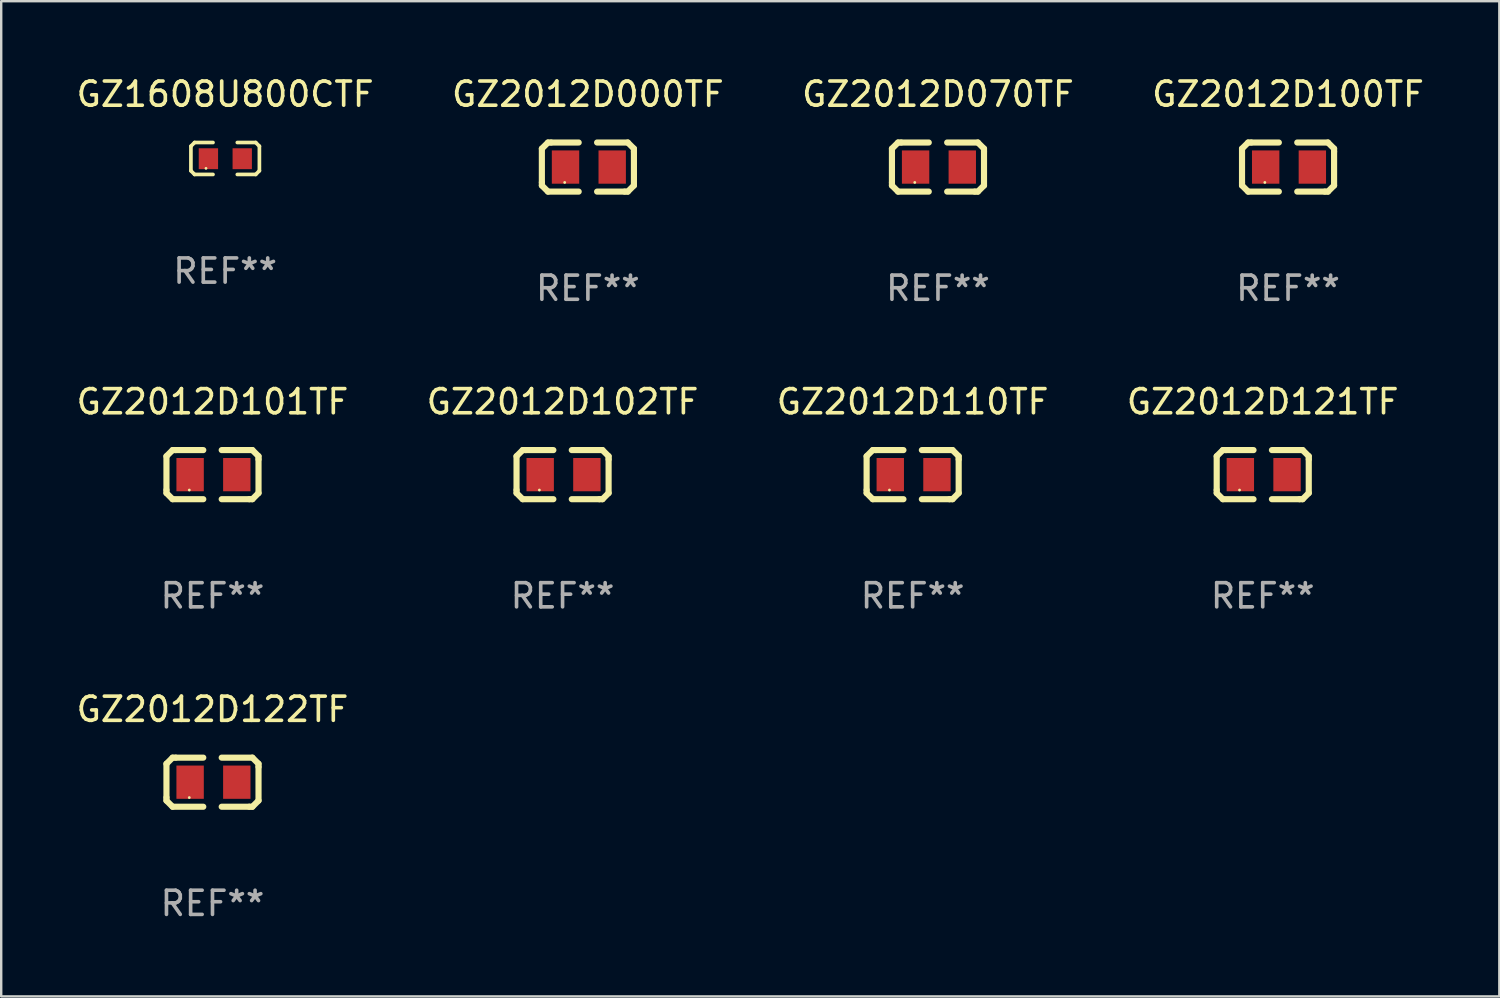
<source format=kicad_pcb>
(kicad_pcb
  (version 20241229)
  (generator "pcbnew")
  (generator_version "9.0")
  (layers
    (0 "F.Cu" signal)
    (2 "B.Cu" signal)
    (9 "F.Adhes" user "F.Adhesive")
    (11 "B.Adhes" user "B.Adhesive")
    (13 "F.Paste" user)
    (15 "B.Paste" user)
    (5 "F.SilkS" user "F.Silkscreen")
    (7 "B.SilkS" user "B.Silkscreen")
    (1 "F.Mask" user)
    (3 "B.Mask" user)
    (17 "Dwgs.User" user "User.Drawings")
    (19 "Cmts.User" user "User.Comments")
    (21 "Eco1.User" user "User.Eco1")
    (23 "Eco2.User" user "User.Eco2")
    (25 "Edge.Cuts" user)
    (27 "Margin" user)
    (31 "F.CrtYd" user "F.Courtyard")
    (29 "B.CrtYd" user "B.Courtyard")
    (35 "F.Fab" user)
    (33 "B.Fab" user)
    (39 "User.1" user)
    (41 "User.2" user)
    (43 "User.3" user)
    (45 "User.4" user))
  (footprint "GZ2012D000TF"
    (layer "F.Cu")
    (at 21.28 3.864)
    (property "Reference" "GZ2012D000TF" (at 0 -3.016 0) (layer "F.SilkS") (effects (font (size 1 1) (thickness 0.15))))
    (attr through_hole)
    (fp_line (start -1.905 -0.762) (end -1.905 0.635) (stroke (width 0.254) (type solid)) (layer "F.SilkS"))
    (fp_line (start -1.905 0.635) (end -1.905 0.762) (stroke (width 0.254) (type solid)) (layer "F.SilkS"))
    (fp_line (start -1.905 0.762) (end -1.651 1.016) (stroke (width 0.254) (type solid)) (layer "F.SilkS"))
    (fp_line (start -1.651 -1.016) (end -1.905 -0.762) (stroke (width 0.254) (type solid)) (layer "F.SilkS"))
    (fp_line (start -1.651 1.016) (end -0.381 1.016) (stroke (width 0.254) (type solid)) (layer "F.SilkS"))
    (fp_line (start -1.524 -1.016) (end -1.651 -1.016) (stroke (width 0.254) (type solid)) (layer "F.SilkS"))
    (fp_line (start -0.381 -1.016) (end -1.524 -1.016) (stroke (width 0.254) (type solid)) (layer "F.SilkS"))
    (fp_line (start 0.381 1.016) (end 1.524 1.016) (stroke (width 0.254) (type solid)) (layer "F.SilkS"))
    (fp_line (start 1.524 1.016) (end 1.651 1.016) (stroke (width 0.254) (type solid)) (layer "F.SilkS"))
    (fp_line (start 1.651 -1.016) (end 0.381 -1.016) (stroke (width 0.254) (type solid)) (layer "F.SilkS"))
    (fp_line (start 1.651 1.016) (end 1.905 0.762) (stroke (width 0.254) (type solid)) (layer "F.SilkS"))
    (fp_line (start 1.905 -0.762) (end 1.651 -1.016) (stroke (width 0.254) (type solid)) (layer "F.SilkS"))
    (fp_line (start 1.905 -0.635) (end 1.905 -0.762) (stroke (width 0.254) (type solid)) (layer "F.SilkS"))
    (fp_line (start 1.905 0.762) (end 1.905 -0.635) (stroke (width 0.254) (type solid)) (layer "F.SilkS"))
    (fp_circle (center -0.96 0.637) (end -0.93 0.637) (stroke (width 0.06) (type solid)) (fill no) (layer "F.SilkS"))
    (fp_text user "REF**" (at 0 5.016 0) (layer "F.Fab") (effects (font (size 1 1) (thickness 0.15))))
    (pad "1" smd rect (at -0.926 -0.000051) (size 1.133 1.377) (layers "F.Cu" "F.Mask" "F.Paste"))
    (pad "2" smd rect (at 1.006 -0.000051) (size 1.133 1.377) (layers "F.Cu" "F.Mask" "F.Paste")))
  (footprint "GZ2012D121TF"
    (layer "F.Cu")
    (at 49.208 16.593)
    (property "Reference" "GZ2012D121TF" (at 0 -3.016 0) (layer "F.SilkS") (effects (font (size 1 1) (thickness 0.15))))
    (attr through_hole)
    (fp_line (start -1.905 -0.762) (end -1.905 0.635) (stroke (width 0.254) (type solid)) (layer "F.SilkS"))
    (fp_line (start -1.905 0.635) (end -1.905 0.762) (stroke (width 0.254) (type solid)) (layer "F.SilkS"))
    (fp_line (start -1.905 0.762) (end -1.651 1.016) (stroke (width 0.254) (type solid)) (layer "F.SilkS"))
    (fp_line (start -1.651 -1.016) (end -1.905 -0.762) (stroke (width 0.254) (type solid)) (layer "F.SilkS"))
    (fp_line (start -1.651 1.016) (end -0.381 1.016) (stroke (width 0.254) (type solid)) (layer "F.SilkS"))
    (fp_line (start -1.524 -1.016) (end -1.651 -1.016) (stroke (width 0.254) (type solid)) (layer "F.SilkS"))
    (fp_line (start -0.381 -1.016) (end -1.524 -1.016) (stroke (width 0.254) (type solid)) (layer "F.SilkS"))
    (fp_line (start 0.381 1.016) (end 1.524 1.016) (stroke (width 0.254) (type solid)) (layer "F.SilkS"))
    (fp_line (start 1.524 1.016) (end 1.651 1.016) (stroke (width 0.254) (type solid)) (layer "F.SilkS"))
    (fp_line (start 1.651 -1.016) (end 0.381 -1.016) (stroke (width 0.254) (type solid)) (layer "F.SilkS"))
    (fp_line (start 1.651 1.016) (end 1.905 0.762) (stroke (width 0.254) (type solid)) (layer "F.SilkS"))
    (fp_line (start 1.905 -0.762) (end 1.651 -1.016) (stroke (width 0.254) (type solid)) (layer "F.SilkS"))
    (fp_line (start 1.905 -0.635) (end 1.905 -0.762) (stroke (width 0.254) (type solid)) (layer "F.SilkS"))
    (fp_line (start 1.905 0.762) (end 1.905 -0.635) (stroke (width 0.254) (type solid)) (layer "F.SilkS"))
    (fp_circle (center -0.96 0.637) (end -0.93 0.637) (stroke (width 0.06) (type solid)) (fill no) (layer "F.SilkS"))
    (fp_text user "REF**" (at 0 5.016 0) (layer "F.Fab") (effects (font (size 1 1) (thickness 0.15))))
    (pad "1" smd rect (at -0.926 -0.000051) (size 1.133 1.377) (layers "F.Cu" "F.Mask" "F.Paste"))
    (pad "2" smd rect (at 1.006 -0.000051) (size 1.133 1.377) (layers "F.Cu" "F.Mask" "F.Paste")))
  (footprint "GZ2012D070TF"
    (layer "F.Cu")
    (at 35.768 3.864)
    (property "Reference" "GZ2012D070TF" (at 0 -3.016 0) (layer "F.SilkS") (effects (font (size 1 1) (thickness 0.15))))
    (attr through_hole)
    (fp_line (start -1.905 -0.762) (end -1.905 0.635) (stroke (width 0.254) (type solid)) (layer "F.SilkS"))
    (fp_line (start -1.905 0.635) (end -1.905 0.762) (stroke (width 0.254) (type solid)) (layer "F.SilkS"))
    (fp_line (start -1.905 0.762) (end -1.651 1.016) (stroke (width 0.254) (type solid)) (layer "F.SilkS"))
    (fp_line (start -1.651 -1.016) (end -1.905 -0.762) (stroke (width 0.254) (type solid)) (layer "F.SilkS"))
    (fp_line (start -1.651 1.016) (end -0.381 1.016) (stroke (width 0.254) (type solid)) (layer "F.SilkS"))
    (fp_line (start -1.524 -1.016) (end -1.651 -1.016) (stroke (width 0.254) (type solid)) (layer "F.SilkS"))
    (fp_line (start -0.381 -1.016) (end -1.524 -1.016) (stroke (width 0.254) (type solid)) (layer "F.SilkS"))
    (fp_line (start 0.381 1.016) (end 1.524 1.016) (stroke (width 0.254) (type solid)) (layer "F.SilkS"))
    (fp_line (start 1.524 1.016) (end 1.651 1.016) (stroke (width 0.254) (type solid)) (layer "F.SilkS"))
    (fp_line (start 1.651 -1.016) (end 0.381 -1.016) (stroke (width 0.254) (type solid)) (layer "F.SilkS"))
    (fp_line (start 1.651 1.016) (end 1.905 0.762) (stroke (width 0.254) (type solid)) (layer "F.SilkS"))
    (fp_line (start 1.905 -0.762) (end 1.651 -1.016) (stroke (width 0.254) (type solid)) (layer "F.SilkS"))
    (fp_line (start 1.905 -0.635) (end 1.905 -0.762) (stroke (width 0.254) (type solid)) (layer "F.SilkS"))
    (fp_line (start 1.905 0.762) (end 1.905 -0.635) (stroke (width 0.254) (type solid)) (layer "F.SilkS"))
    (fp_circle (center -0.96 0.637) (end -0.93 0.637) (stroke (width 0.06) (type solid)) (fill no) (layer "F.SilkS"))
    (fp_text user "REF**" (at 0 5.016 0) (layer "F.Fab") (effects (font (size 1 1) (thickness 0.15))))
    (pad "1" smd rect (at -0.926 -0.000051) (size 1.133 1.377) (layers "F.Cu" "F.Mask" "F.Paste"))
    (pad "2" smd rect (at 1.006 -0.000051) (size 1.133 1.377) (layers "F.Cu" "F.Mask" "F.Paste")))
  (footprint "GZ1608U800CTF"
    (layer "F.Cu")
    (at 6.268 3.509)
    (property "Reference" "GZ1608U800CTF" (at 0 -2.661 0) (layer "F.SilkS") (effects (font (size 1 1) (thickness 0.15))))
    (attr through_hole)
    (fp_line (start -1.417 -0.508) (end -1.265 -0.661) (stroke (width 0.152) (type solid)) (layer "F.SilkS"))
    (fp_line (start -1.417 0.508) (end -1.417 -0.508) (stroke (width 0.152) (type solid)) (layer "F.SilkS"))
    (fp_line (start -1.265 -0.661) (end -0.503 -0.661) (stroke (width 0.152) (type solid)) (layer "F.SilkS"))
    (fp_line (start -1.265 0.661) (end -1.417 0.508) (stroke (width 0.152) (type solid)) (layer "F.SilkS"))
    (fp_line (start -1.265 0.661) (end -0.503 0.661) (stroke (width 0.152) (type solid)) (layer "F.SilkS"))
    (fp_line (start 1.265 -0.661) (end 0.503 -0.661) (stroke (width 0.152) (type solid)) (layer "F.SilkS"))
    (fp_line (start 1.265 -0.661) (end 1.417 -0.508) (stroke (width 0.152) (type solid)) (layer "F.SilkS"))
    (fp_line (start 1.265 0.661) (end 0.503 0.661) (stroke (width 0.152) (type solid)) (layer "F.SilkS"))
    (fp_line (start 1.417 -0.508) (end 1.417 0.508) (stroke (width 0.152) (type solid)) (layer "F.SilkS"))
    (fp_line (start 1.417 0.508) (end 1.265 0.661) (stroke (width 0.152) (type solid)) (layer "F.SilkS"))
    (fp_circle (center -0.793 0.409) (end -0.763 0.409) (stroke (width 0.06) (type solid)) (fill no) (layer "F.SilkS"))
    (fp_text user "REF**" (at 0 4.661 0) (layer "F.Fab") (effects (font (size 1 1) (thickness 0.15))))
    (pad "1" smd rect (at -0.693 0.009 180) (size 0.8 0.864) (layers "F.Cu" "F.Mask" "F.Paste"))
    (pad "2" smd rect (at 0.707 0.009 180) (size 0.8 0.864) (layers "F.Cu" "F.Mask" "F.Paste")))
  (footprint "GZ2012D102TF"
    (layer "F.Cu")
    (at 20.232 16.593)
    (property "Reference" "GZ2012D102TF" (at 0 -3.016 0) (layer "F.SilkS") (effects (font (size 1 1) (thickness 0.15))))
    (attr through_hole)
    (fp_line (start -1.905 -0.762) (end -1.905 0.635) (stroke (width 0.254) (type solid)) (layer "F.SilkS"))
    (fp_line (start -1.905 0.635) (end -1.905 0.762) (stroke (width 0.254) (type solid)) (layer "F.SilkS"))
    (fp_line (start -1.905 0.762) (end -1.651 1.016) (stroke (width 0.254) (type solid)) (layer "F.SilkS"))
    (fp_line (start -1.651 -1.016) (end -1.905 -0.762) (stroke (width 0.254) (type solid)) (layer "F.SilkS"))
    (fp_line (start -1.651 1.016) (end -0.381 1.016) (stroke (width 0.254) (type solid)) (layer "F.SilkS"))
    (fp_line (start -1.524 -1.016) (end -1.651 -1.016) (stroke (width 0.254) (type solid)) (layer "F.SilkS"))
    (fp_line (start -0.381 -1.016) (end -1.524 -1.016) (stroke (width 0.254) (type solid)) (layer "F.SilkS"))
    (fp_line (start 0.381 1.016) (end 1.524 1.016) (stroke (width 0.254) (type solid)) (layer "F.SilkS"))
    (fp_line (start 1.524 1.016) (end 1.651 1.016) (stroke (width 0.254) (type solid)) (layer "F.SilkS"))
    (fp_line (start 1.651 -1.016) (end 0.381 -1.016) (stroke (width 0.254) (type solid)) (layer "F.SilkS"))
    (fp_line (start 1.651 1.016) (end 1.905 0.762) (stroke (width 0.254) (type solid)) (layer "F.SilkS"))
    (fp_line (start 1.905 -0.762) (end 1.651 -1.016) (stroke (width 0.254) (type solid)) (layer "F.SilkS"))
    (fp_line (start 1.905 -0.635) (end 1.905 -0.762) (stroke (width 0.254) (type solid)) (layer "F.SilkS"))
    (fp_line (start 1.905 0.762) (end 1.905 -0.635) (stroke (width 0.254) (type solid)) (layer "F.SilkS"))
    (fp_circle (center -0.96 0.637) (end -0.93 0.637) (stroke (width 0.06) (type solid)) (fill no) (layer "F.SilkS"))
    (fp_text user "REF**" (at 0 5.016 0) (layer "F.Fab") (effects (font (size 1 1) (thickness 0.15))))
    (pad "1" smd rect (at -0.926 -0.000051) (size 1.133 1.377) (layers "F.Cu" "F.Mask" "F.Paste"))
    (pad "2" smd rect (at 1.006 -0.000051) (size 1.133 1.377) (layers "F.Cu" "F.Mask" "F.Paste")))
  (footprint "GZ2012D110TF"
    (layer "F.Cu")
    (at 34.72 16.593)
    (property "Reference" "GZ2012D110TF" (at 0 -3.016 0) (layer "F.SilkS") (effects (font (size 1 1) (thickness 0.15))))
    (attr through_hole)
    (fp_line (start -1.905 -0.762) (end -1.905 0.635) (stroke (width 0.254) (type solid)) (layer "F.SilkS"))
    (fp_line (start -1.905 0.635) (end -1.905 0.762) (stroke (width 0.254) (type solid)) (layer "F.SilkS"))
    (fp_line (start -1.905 0.762) (end -1.651 1.016) (stroke (width 0.254) (type solid)) (layer "F.SilkS"))
    (fp_line (start -1.651 -1.016) (end -1.905 -0.762) (stroke (width 0.254) (type solid)) (layer "F.SilkS"))
    (fp_line (start -1.651 1.016) (end -0.381 1.016) (stroke (width 0.254) (type solid)) (layer "F.SilkS"))
    (fp_line (start -1.524 -1.016) (end -1.651 -1.016) (stroke (width 0.254) (type solid)) (layer "F.SilkS"))
    (fp_line (start -0.381 -1.016) (end -1.524 -1.016) (stroke (width 0.254) (type solid)) (layer "F.SilkS"))
    (fp_line (start 0.381 1.016) (end 1.524 1.016) (stroke (width 0.254) (type solid)) (layer "F.SilkS"))
    (fp_line (start 1.524 1.016) (end 1.651 1.016) (stroke (width 0.254) (type solid)) (layer "F.SilkS"))
    (fp_line (start 1.651 -1.016) (end 0.381 -1.016) (stroke (width 0.254) (type solid)) (layer "F.SilkS"))
    (fp_line (start 1.651 1.016) (end 1.905 0.762) (stroke (width 0.254) (type solid)) (layer "F.SilkS"))
    (fp_line (start 1.905 -0.762) (end 1.651 -1.016) (stroke (width 0.254) (type solid)) (layer "F.SilkS"))
    (fp_line (start 1.905 -0.635) (end 1.905 -0.762) (stroke (width 0.254) (type solid)) (layer "F.SilkS"))
    (fp_line (start 1.905 0.762) (end 1.905 -0.635) (stroke (width 0.254) (type solid)) (layer "F.SilkS"))
    (fp_circle (center -0.96 0.637) (end -0.93 0.637) (stroke (width 0.06) (type solid)) (fill no) (layer "F.SilkS"))
    (fp_text user "REF**" (at 0 5.016 0) (layer "F.Fab") (effects (font (size 1 1) (thickness 0.15))))
    (pad "1" smd rect (at -0.926 -0.000051) (size 1.133 1.377) (layers "F.Cu" "F.Mask" "F.Paste"))
    (pad "2" smd rect (at 1.006 -0.000051) (size 1.133 1.377) (layers "F.Cu" "F.Mask" "F.Paste")))
  (footprint "GZ2012D101TF"
    (layer "F.Cu")
    (at 5.744 16.593)
    (property "Reference" "GZ2012D101TF" (at 0 -3.016 0) (layer "F.SilkS") (effects (font (size 1 1) (thickness 0.15))))
    (attr through_hole)
    (fp_line (start -1.905 -0.762) (end -1.905 0.635) (stroke (width 0.254) (type solid)) (layer "F.SilkS"))
    (fp_line (start -1.905 0.635) (end -1.905 0.762) (stroke (width 0.254) (type solid)) (layer "F.SilkS"))
    (fp_line (start -1.905 0.762) (end -1.651 1.016) (stroke (width 0.254) (type solid)) (layer "F.SilkS"))
    (fp_line (start -1.651 -1.016) (end -1.905 -0.762) (stroke (width 0.254) (type solid)) (layer "F.SilkS"))
    (fp_line (start -1.651 1.016) (end -0.381 1.016) (stroke (width 0.254) (type solid)) (layer "F.SilkS"))
    (fp_line (start -1.524 -1.016) (end -1.651 -1.016) (stroke (width 0.254) (type solid)) (layer "F.SilkS"))
    (fp_line (start -0.381 -1.016) (end -1.524 -1.016) (stroke (width 0.254) (type solid)) (layer "F.SilkS"))
    (fp_line (start 0.381 1.016) (end 1.524 1.016) (stroke (width 0.254) (type solid)) (layer "F.SilkS"))
    (fp_line (start 1.524 1.016) (end 1.651 1.016) (stroke (width 0.254) (type solid)) (layer "F.SilkS"))
    (fp_line (start 1.651 -1.016) (end 0.381 -1.016) (stroke (width 0.254) (type solid)) (layer "F.SilkS"))
    (fp_line (start 1.651 1.016) (end 1.905 0.762) (stroke (width 0.254) (type solid)) (layer "F.SilkS"))
    (fp_line (start 1.905 -0.762) (end 1.651 -1.016) (stroke (width 0.254) (type solid)) (layer "F.SilkS"))
    (fp_line (start 1.905 -0.635) (end 1.905 -0.762) (stroke (width 0.254) (type solid)) (layer "F.SilkS"))
    (fp_line (start 1.905 0.762) (end 1.905 -0.635) (stroke (width 0.254) (type solid)) (layer "F.SilkS"))
    (fp_circle (center -0.96 0.637) (end -0.93 0.637) (stroke (width 0.06) (type solid)) (fill no) (layer "F.SilkS"))
    (fp_text user "REF**" (at 0 5.016 0) (layer "F.Fab") (effects (font (size 1 1) (thickness 0.15))))
    (pad "1" smd rect (at -0.926 -0.000051) (size 1.133 1.377) (layers "F.Cu" "F.Mask" "F.Paste"))
    (pad "2" smd rect (at 1.006 -0.000051) (size 1.133 1.377) (layers "F.Cu" "F.Mask" "F.Paste")))
  (footprint "GZ2012D122TF"
    (layer "F.Cu")
    (at 5.744 29.321)
    (property "Reference" "GZ2012D122TF" (at 0 -3.016 0) (layer "F.SilkS") (effects (font (size 1 1) (thickness 0.15))))
    (attr through_hole)
    (fp_line (start -1.905 -0.762) (end -1.905 0.635) (stroke (width 0.254) (type solid)) (layer "F.SilkS"))
    (fp_line (start -1.905 0.635) (end -1.905 0.762) (stroke (width 0.254) (type solid)) (layer "F.SilkS"))
    (fp_line (start -1.905 0.762) (end -1.651 1.016) (stroke (width 0.254) (type solid)) (layer "F.SilkS"))
    (fp_line (start -1.651 -1.016) (end -1.905 -0.762) (stroke (width 0.254) (type solid)) (layer "F.SilkS"))
    (fp_line (start -1.651 1.016) (end -0.381 1.016) (stroke (width 0.254) (type solid)) (layer "F.SilkS"))
    (fp_line (start -1.524 -1.016) (end -1.651 -1.016) (stroke (width 0.254) (type solid)) (layer "F.SilkS"))
    (fp_line (start -0.381 -1.016) (end -1.524 -1.016) (stroke (width 0.254) (type solid)) (layer "F.SilkS"))
    (fp_line (start 0.381 1.016) (end 1.524 1.016) (stroke (width 0.254) (type solid)) (layer "F.SilkS"))
    (fp_line (start 1.524 1.016) (end 1.651 1.016) (stroke (width 0.254) (type solid)) (layer "F.SilkS"))
    (fp_line (start 1.651 -1.016) (end 0.381 -1.016) (stroke (width 0.254) (type solid)) (layer "F.SilkS"))
    (fp_line (start 1.651 1.016) (end 1.905 0.762) (stroke (width 0.254) (type solid)) (layer "F.SilkS"))
    (fp_line (start 1.905 -0.762) (end 1.651 -1.016) (stroke (width 0.254) (type solid)) (layer "F.SilkS"))
    (fp_line (start 1.905 -0.635) (end 1.905 -0.762) (stroke (width 0.254) (type solid)) (layer "F.SilkS"))
    (fp_line (start 1.905 0.762) (end 1.905 -0.635) (stroke (width 0.254) (type solid)) (layer "F.SilkS"))
    (fp_circle (center -0.96 0.637) (end -0.93 0.637) (stroke (width 0.06) (type solid)) (fill no) (layer "F.SilkS"))
    (fp_text user "REF**" (at 0 5.016 0) (layer "F.Fab") (effects (font (size 1 1) (thickness 0.15))))
    (pad "1" smd rect (at -0.926 -0.000051) (size 1.133 1.377) (layers "F.Cu" "F.Mask" "F.Paste"))
    (pad "2" smd rect (at 1.006 -0.000051) (size 1.133 1.377) (layers "F.Cu" "F.Mask" "F.Paste")))
  (footprint "GZ2012D100TF"
    (layer "F.Cu")
    (at 50.256 3.864)
    (property "Reference" "GZ2012D100TF" (at 0 -3.016 0) (layer "F.SilkS") (effects (font (size 1 1) (thickness 0.15))))
    (attr through_hole)
    (fp_line (start -1.905 -0.762) (end -1.905 0.635) (stroke (width 0.254) (type solid)) (layer "F.SilkS"))
    (fp_line (start -1.905 0.635) (end -1.905 0.762) (stroke (width 0.254) (type solid)) (layer "F.SilkS"))
    (fp_line (start -1.905 0.762) (end -1.651 1.016) (stroke (width 0.254) (type solid)) (layer "F.SilkS"))
    (fp_line (start -1.651 -1.016) (end -1.905 -0.762) (stroke (width 0.254) (type solid)) (layer "F.SilkS"))
    (fp_line (start -1.651 1.016) (end -0.381 1.016) (stroke (width 0.254) (type solid)) (layer "F.SilkS"))
    (fp_line (start -1.524 -1.016) (end -1.651 -1.016) (stroke (width 0.254) (type solid)) (layer "F.SilkS"))
    (fp_line (start -0.381 -1.016) (end -1.524 -1.016) (stroke (width 0.254) (type solid)) (layer "F.SilkS"))
    (fp_line (start 0.381 1.016) (end 1.524 1.016) (stroke (width 0.254) (type solid)) (layer "F.SilkS"))
    (fp_line (start 1.524 1.016) (end 1.651 1.016) (stroke (width 0.254) (type solid)) (layer "F.SilkS"))
    (fp_line (start 1.651 -1.016) (end 0.381 -1.016) (stroke (width 0.254) (type solid)) (layer "F.SilkS"))
    (fp_line (start 1.651 1.016) (end 1.905 0.762) (stroke (width 0.254) (type solid)) (layer "F.SilkS"))
    (fp_line (start 1.905 -0.762) (end 1.651 -1.016) (stroke (width 0.254) (type solid)) (layer "F.SilkS"))
    (fp_line (start 1.905 -0.635) (end 1.905 -0.762) (stroke (width 0.254) (type solid)) (layer "F.SilkS"))
    (fp_line (start 1.905 0.762) (end 1.905 -0.635) (stroke (width 0.254) (type solid)) (layer "F.SilkS"))
    (fp_circle (center -0.96 0.637) (end -0.93 0.637) (stroke (width 0.06) (type solid)) (fill no) (layer "F.SilkS"))
    (fp_text user "REF**" (at 0 5.016 0) (layer "F.Fab") (effects (font (size 1 1) (thickness 0.15))))
    (pad "1" smd rect (at -0.926 -0.000051) (size 1.133 1.377) (layers "F.Cu" "F.Mask" "F.Paste"))
    (pad "2" smd rect (at 1.006 -0.000051) (size 1.133 1.377) (layers "F.Cu" "F.Mask" "F.Paste")))
  (gr_rect
    (start -3 -3)
    (end 59 38.186)
    (stroke (width 0.1) (type default))
    (fill no)
    (layer "Edge.Cuts")))
</source>
